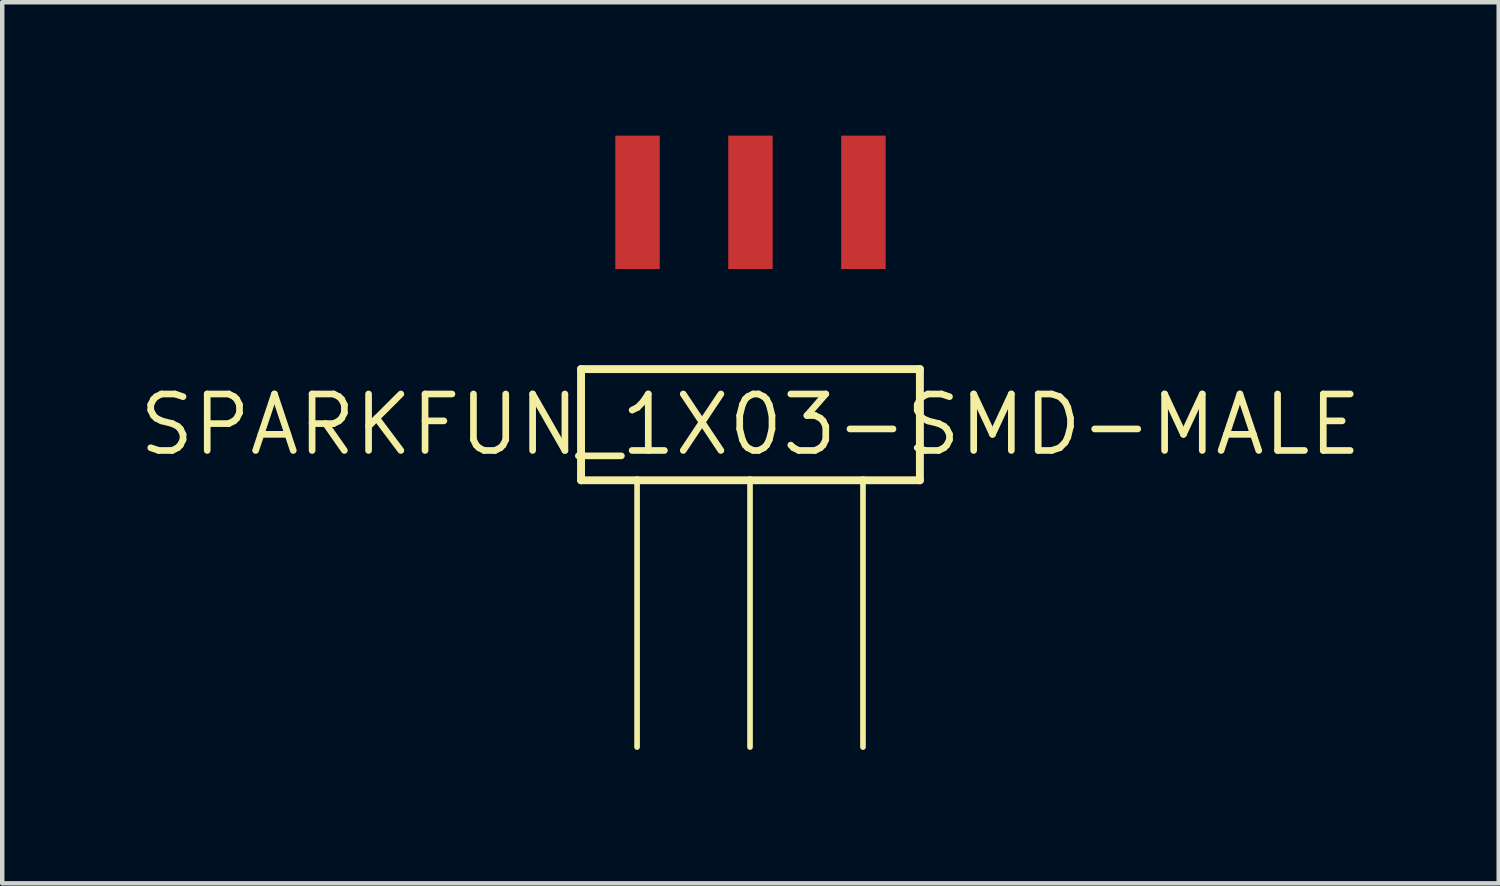
<source format=kicad_pcb>
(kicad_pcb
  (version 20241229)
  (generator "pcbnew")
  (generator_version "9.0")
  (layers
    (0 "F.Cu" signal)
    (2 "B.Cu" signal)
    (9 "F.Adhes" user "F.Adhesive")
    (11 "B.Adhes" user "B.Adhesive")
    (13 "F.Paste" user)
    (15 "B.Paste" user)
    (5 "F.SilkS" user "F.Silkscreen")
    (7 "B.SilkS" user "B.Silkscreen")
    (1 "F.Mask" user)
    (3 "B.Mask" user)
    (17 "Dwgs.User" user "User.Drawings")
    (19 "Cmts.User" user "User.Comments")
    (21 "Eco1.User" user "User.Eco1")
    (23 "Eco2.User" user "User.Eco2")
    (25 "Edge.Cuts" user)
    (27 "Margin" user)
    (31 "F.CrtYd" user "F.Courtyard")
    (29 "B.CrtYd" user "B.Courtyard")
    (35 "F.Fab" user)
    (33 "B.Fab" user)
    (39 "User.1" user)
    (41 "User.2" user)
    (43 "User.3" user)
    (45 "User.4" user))
  (footprint "SPARKFUN_1X03-SMD-MALE"
    (layer "F.Cu")
    (at 13.826 6.5)
    (property "Reference" "SPARKFUN_1X03-SMD-MALE" (at 0 0 0) (layer "F.SilkS") (effects (font (size 1.27 1.27) (thickness 0.15))))
    (fp_line (start -3.81 -1.25) (end -3.81 1.25) (stroke (width 0.178) (type solid)) (layer "F.SilkS"))
    (fp_line (start -2.55 1.25) (end -3.81 1.25) (stroke (width 0.178) (type solid)) (layer "F.SilkS"))
    (fp_line (start -2.55 1.25) (end -2.55 7.25) (stroke (width 0.127) (type solid)) (layer "F.SilkS"))
    (fp_line (start -0.01 1.25) (end -2.55 1.25) (stroke (width 0.178) (type solid)) (layer "F.SilkS"))
    (fp_line (start -0.01 1.25) (end -0.01 7.25) (stroke (width 0.127) (type solid)) (layer "F.SilkS"))
    (fp_line (start 2.53 1.25) (end -0.01 1.25) (stroke (width 0.178) (type solid)) (layer "F.SilkS"))
    (fp_line (start 2.53 1.25) (end 2.53 7.25) (stroke (width 0.127) (type solid)) (layer "F.SilkS"))
    (fp_line (start 3.81 -1.25) (end -3.81 -1.25) (stroke (width 0.178) (type solid)) (layer "F.SilkS"))
    (fp_line (start 3.81 1.25) (end 2.53 1.25) (stroke (width 0.178) (type solid)) (layer "F.SilkS"))
    (fp_line (start 3.81 1.25) (end 3.81 -1.25) (stroke (width 0.178) (type solid)) (layer "F.SilkS"))
    (pad "1" smd rect (at -2.54 -5 90) (size 3 1) (layers "F.Cu" "F.Mask" "F.Paste"))
    (pad "2" smd rect (at 0 -5 90) (size 3 1) (layers "F.Cu" "F.Mask" "F.Paste"))
    (pad "3" smd rect (at 2.54 -5 90) (size 3 1) (layers "F.Cu" "F.Mask" "F.Paste")))
  (gr_rect
    (start -3 -3)
    (end 30.652 16.814)
    (stroke (width 0.1) (type default))
    (fill no)
    (layer "Edge.Cuts")))
</source>
